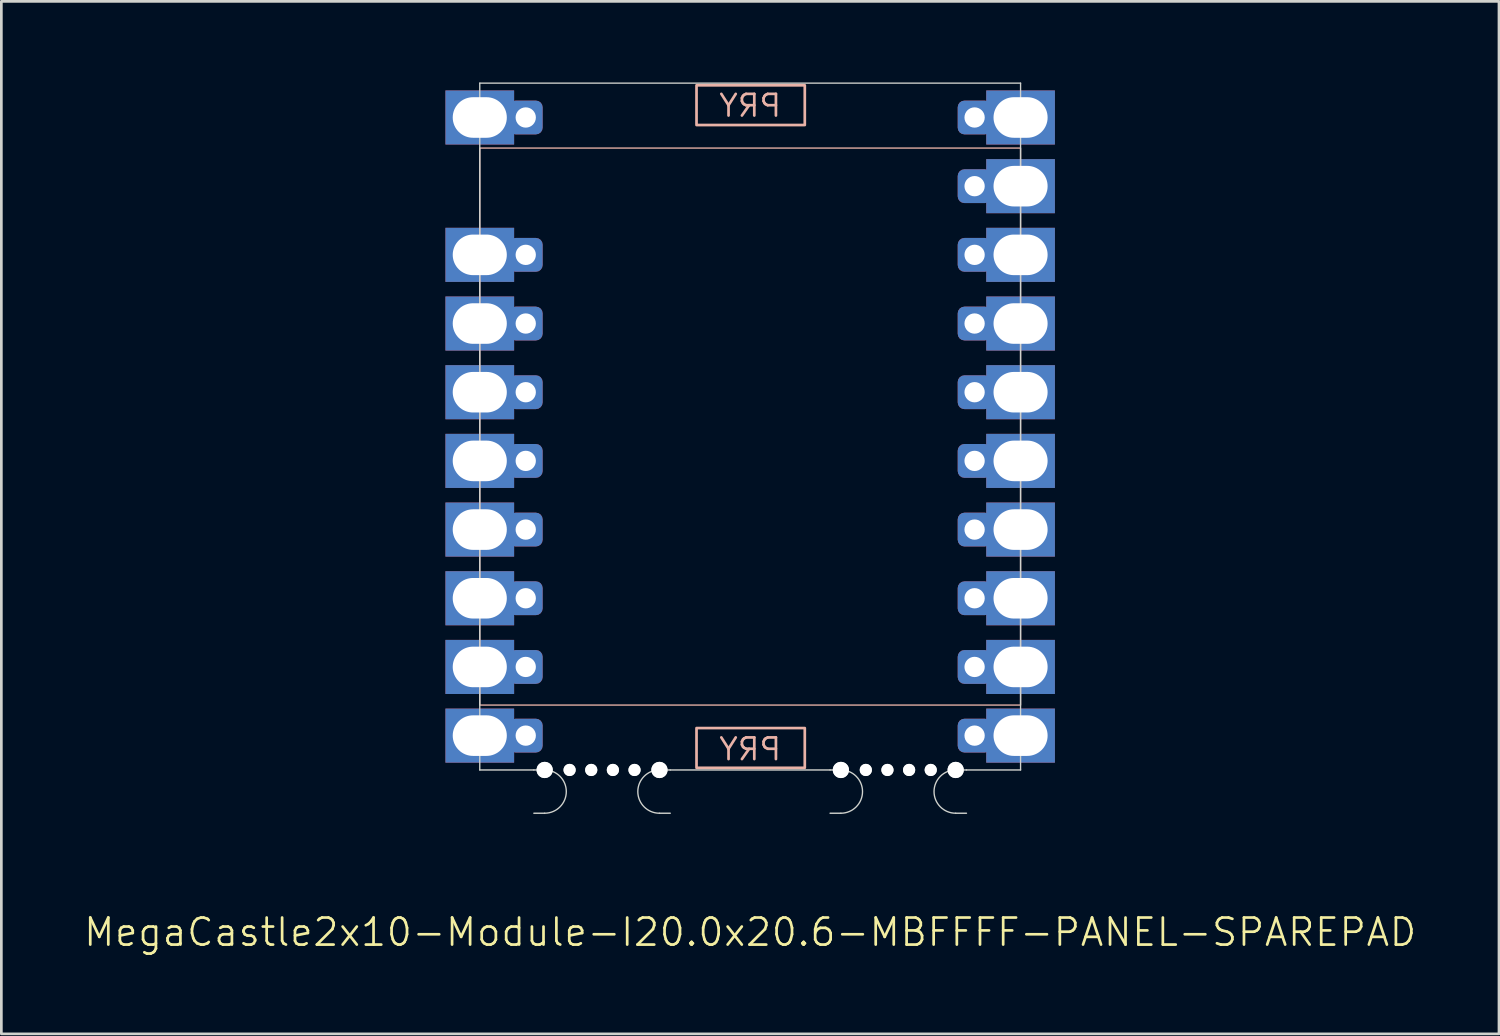
<source format=kicad_pcb>
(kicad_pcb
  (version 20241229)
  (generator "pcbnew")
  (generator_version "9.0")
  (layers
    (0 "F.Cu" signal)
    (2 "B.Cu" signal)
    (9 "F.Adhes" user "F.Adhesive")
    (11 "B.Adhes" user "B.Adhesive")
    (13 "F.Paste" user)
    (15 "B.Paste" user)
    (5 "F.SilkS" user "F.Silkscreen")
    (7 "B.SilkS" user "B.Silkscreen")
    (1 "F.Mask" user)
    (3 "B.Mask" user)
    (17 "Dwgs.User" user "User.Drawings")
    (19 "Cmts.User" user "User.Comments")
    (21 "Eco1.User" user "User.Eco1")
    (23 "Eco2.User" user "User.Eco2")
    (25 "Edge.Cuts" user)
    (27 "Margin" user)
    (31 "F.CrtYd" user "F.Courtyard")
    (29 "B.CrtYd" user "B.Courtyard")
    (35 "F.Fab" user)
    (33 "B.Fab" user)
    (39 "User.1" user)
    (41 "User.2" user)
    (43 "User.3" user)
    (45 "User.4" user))
  (footprint "MegaCastle2x10-Module-I20.0x20.6-MBFFFF-PANEL-SPAREPAD"
    (layer "F.Cu")
    (at 24.693 12.725)
    (property "Reference" "MegaCastle2x10-Module-I20.0x20.6-MBFFFF-PANEL-SPAREPAD" (at 0 18.7 0) (unlocked yes) (layer "F.SilkS") (effects (font (size 1 1) (thickness 0.1))))
    (attr smd)
    (fp_rect (start -10 10.3) (end 10 -10.3) (stroke (width 0.05) (type default)) (fill no) (layer "B.SilkS"))
    (fp_rect (start -1.984 -11.151) (end 2.02 -12.62) (stroke (width 0.1) (type default)) (fill no) (layer "B.SilkS"))
    (fp_rect (start -1.984 11.151) (end 2.02 12.62) (stroke (width 0.1) (type default)) (fill no) (layer "B.SilkS"))
    (fp_line (start -10 -12.7) (end -10 12.7) (stroke (width 0.05) (type default)) (layer "Edge.Cuts"))
    (fp_line (start -10 -12.7) (end 10 -12.7) (stroke (width 0.05) (type default)) (layer "Edge.Cuts"))
    (fp_line (start -10 12.7) (end -8 12.7) (stroke (width 0.05) (type default)) (layer "Edge.Cuts"))
    (fp_line (start -8 12.7) (end -7.6 12.7) (stroke (width 0.05) (type default)) (layer "Edge.Cuts"))
    (fp_line (start -8 14.3) (end -7.6 14.3) (stroke (width 0.05) (type default)) (layer "Edge.Cuts"))
    (fp_line (start -2.955 12.7) (end -3.355 12.7) (stroke (width 0.05) (type default)) (layer "Edge.Cuts"))
    (fp_line (start -2.955 12.7) (end 2.955 12.7) (stroke (width 0.05) (type default)) (layer "Edge.Cuts"))
    (fp_line (start -2.955 14.3) (end -3.355 14.3) (stroke (width 0.05) (type default)) (layer "Edge.Cuts"))
    (fp_line (start 2.955 12.7) (end 3.355 12.7) (stroke (width 0.05) (type default)) (layer "Edge.Cuts"))
    (fp_line (start 2.955 14.3) (end 3.355 14.3) (stroke (width 0.05) (type default)) (layer "Edge.Cuts"))
    (fp_line (start 8 12.7) (end 7.6 12.7) (stroke (width 0.05) (type default)) (layer "Edge.Cuts"))
    (fp_line (start 8 12.7) (end 10 12.7) (stroke (width 0.05) (type default)) (layer "Edge.Cuts"))
    (fp_line (start 8 14.3) (end 7.6 14.3) (stroke (width 0.05) (type default)) (layer "Edge.Cuts"))
    (fp_line (start 10 -12.7) (end 10 12.7) (stroke (width 0.05) (type default)) (layer "Edge.Cuts"))
    (fp_arc (start -7.6 12.7) (mid -6.8 13.5) (end -7.6 14.3) (stroke (width 0.05) (type default)) (layer "Edge.Cuts"))
    (fp_arc (start -3.355 14.3) (mid -4.155 13.5) (end -3.355 12.7) (stroke (width 0.05) (type default)) (layer "Edge.Cuts"))
    (fp_arc (start 3.355 12.7) (mid 4.155 13.5) (end 3.355 14.3) (stroke (width 0.05) (type default)) (layer "Edge.Cuts"))
    (fp_arc (start 7.6 14.3) (mid 6.8 13.5) (end 7.6 12.7) (stroke (width 0.05) (type default)) (layer "Edge.Cuts"))
    (fp_text user "PRY" (at 0 12.4 0) (unlocked yes) (layer "B.SilkS") (effects (font (size 0.8 0.8) (thickness 0.1)) (justify bottom mirror)))
    (fp_text user "PRY" (at 0 -11.4 0) (unlocked yes) (layer "B.SilkS") (effects (font (size 0.8 0.8) (thickness 0.1)) (justify bottom mirror)))
    (pad "" np_thru_hole circle (at -7.6 12.7) (size 0.6 0.6) (drill 0.6) (layers "*.Cu" "Edge.Cuts"))
    (pad "" np_thru_hole circle (at -6.678 12.7) (size 0.45 0.45) (drill 0.45) (layers "*.Cu" "Edge.Cuts"))
    (pad "" np_thru_hole circle (at -5.878 12.7) (size 0.45 0.45) (drill 0.45) (layers "*.Cu" "Edge.Cuts"))
    (pad "" np_thru_hole circle (at -5.077 12.7) (size 0.45 0.45) (drill 0.45) (layers "*.Cu" "Edge.Cuts"))
    (pad "" np_thru_hole circle (at -4.277 12.7) (size 0.45 0.45) (drill 0.45) (layers "*.Cu" "Edge.Cuts"))
    (pad "" np_thru_hole circle (at -3.355 12.7) (size 0.6 0.6) (drill 0.6) (layers "*.Cu" "Edge.Cuts"))
    (pad "" np_thru_hole circle (at 3.355 12.7) (size 0.6 0.6) (drill 0.6) (layers "*.Cu" "Edge.Cuts"))
    (pad "" np_thru_hole circle (at 4.277 12.7) (size 0.45 0.45) (drill 0.45) (layers "*.Cu" "Edge.Cuts"))
    (pad "" np_thru_hole circle (at 5.077 12.7) (size 0.45 0.45) (drill 0.45) (layers "*.Cu" "Edge.Cuts"))
    (pad "" np_thru_hole circle (at 5.878 12.7) (size 0.45 0.45) (drill 0.45) (layers "*.Cu" "Edge.Cuts"))
    (pad "" np_thru_hole circle (at 6.678 12.7) (size 0.45 0.45) (drill 0.45) (layers "*.Cu" "Edge.Cuts"))
    (pad "" np_thru_hole circle (at 7.6 12.7) (size 0.6 0.6) (drill 0.6) (layers "*.Cu" "Edge.Cuts"))
    (pad "1" thru_hole rect (at -10 -11.43) (size 2.54 2) (drill oval 2 1.5) (property pad_prop_castellated) (layers "*.Cu" "*.Mask"))
    (pad "1" thru_hole roundrect (at -8.3 -11.43 180) (size 1.25 1.25) (drill 0.75) (layers "*.Cu" "*.Mask") (roundrect_rratio 0.2))
    (pad "3" thru_hole rect (at -10 -6.35) (size 2.54 2) (drill oval 2 1.5) (property pad_prop_castellated) (layers "*.Cu" "*.Mask"))
    (pad "3" thru_hole roundrect (at -8.3 -6.35 180) (size 1.25 1.25) (drill 0.75) (layers "*.Cu" "*.Mask") (roundrect_rratio 0.2))
    (pad "4" thru_hole rect (at -10 -3.81) (size 2.54 2) (drill oval 2 1.5) (property pad_prop_castellated) (layers "*.Cu" "*.Mask"))
    (pad "4" thru_hole roundrect (at -8.3 -3.81 180) (size 1.25 1.25) (drill 0.75) (layers "*.Cu" "*.Mask") (roundrect_rratio 0.2))
    (pad "5" thru_hole rect (at -10 -1.27) (size 2.54 2) (drill oval 2 1.5) (property pad_prop_castellated) (layers "*.Cu" "*.Mask"))
    (pad "5" thru_hole roundrect (at -8.3 -1.27 180) (size 1.25 1.25) (drill 0.75) (layers "*.Cu" "*.Mask") (roundrect_rratio 0.2))
    (pad "6" thru_hole rect (at -10 1.27) (size 2.54 2) (drill oval 2 1.5) (property pad_prop_castellated) (layers "*.Cu" "*.Mask"))
    (pad "6" thru_hole roundrect (at -8.3 1.27 180) (size 1.25 1.25) (drill 0.75) (layers "*.Cu" "*.Mask") (roundrect_rratio 0.2))
    (pad "7" thru_hole rect (at -10 3.81) (size 2.54 2) (drill oval 2 1.5) (property pad_prop_castellated) (layers "*.Cu" "*.Mask"))
    (pad "7" thru_hole roundrect (at -8.3 3.81 180) (size 1.25 1.25) (drill 0.75) (layers "*.Cu" "*.Mask") (roundrect_rratio 0.2))
    (pad "8" thru_hole rect (at -10 6.35) (size 2.54 2) (drill oval 2 1.5) (property pad_prop_castellated) (layers "*.Cu" "*.Mask"))
    (pad "8" thru_hole roundrect (at -8.3 6.35 180) (size 1.25 1.25) (drill 0.75) (layers "*.Cu" "*.Mask") (roundrect_rratio 0.2))
    (pad "9" thru_hole rect (at -10 8.89) (size 2.54 2) (drill oval 2 1.5) (property pad_prop_castellated) (layers "*.Cu" "*.Mask"))
    (pad "9" thru_hole roundrect (at -8.3 8.89 180) (size 1.25 1.25) (drill 0.75) (layers "*.Cu" "*.Mask") (roundrect_rratio 0.2))
    (pad "10" thru_hole rect (at -10 11.43) (size 2.54 2) (drill oval 2 1.5) (property pad_prop_castellated) (layers "*.Cu" "*.Mask"))
    (pad "10" thru_hole roundrect (at -8.3 11.43 180) (size 1.25 1.25) (drill 0.75) (layers "*.Cu" "*.Mask") (roundrect_rratio 0.2))
    (pad "11" thru_hole roundrect (at 8.3 -11.43 180) (size 1.25 1.25) (drill 0.75) (layers "*.Cu" "*.Mask") (roundrect_rratio 0.2))
    (pad "11" thru_hole rect (at 10 -11.43) (size 2.54 2) (drill oval 2 1.5) (property pad_prop_castellated) (layers "*.Cu" "*.Mask"))
    (pad "12" thru_hole roundrect (at 8.3 -8.89 180) (size 1.25 1.25) (drill 0.75) (layers "*.Cu" "*.Mask") (roundrect_rratio 0.2))
    (pad "12" thru_hole rect (at 10 -8.89) (size 2.54 2) (drill oval 2 1.5) (property pad_prop_castellated) (layers "*.Cu" "*.Mask"))
    (pad "13" thru_hole roundrect (at 8.3 -6.35 180) (size 1.25 1.25) (drill 0.75) (layers "*.Cu" "*.Mask") (roundrect_rratio 0.2))
    (pad "13" thru_hole rect (at 10 -6.35) (size 2.54 2) (drill oval 2 1.5) (property pad_prop_castellated) (layers "*.Cu" "*.Mask"))
    (pad "14" thru_hole roundrect (at 8.3 -3.81 180) (size 1.25 1.25) (drill 0.75) (layers "*.Cu" "*.Mask") (roundrect_rratio 0.2))
    (pad "14" thru_hole rect (at 10 -3.81) (size 2.54 2) (drill oval 2 1.5) (property pad_prop_castellated) (layers "*.Cu" "*.Mask"))
    (pad "15" thru_hole roundrect (at 8.3 -1.27 180) (size 1.25 1.25) (drill 0.75) (layers "*.Cu" "*.Mask") (roundrect_rratio 0.2))
    (pad "15" thru_hole rect (at 10 -1.27) (size 2.54 2) (drill oval 2 1.5) (property pad_prop_castellated) (layers "*.Cu" "*.Mask"))
    (pad "16" thru_hole roundrect (at 8.3 1.27 180) (size 1.25 1.25) (drill 0.75) (layers "*.Cu" "*.Mask") (roundrect_rratio 0.2))
    (pad "16" thru_hole rect (at 10 1.27) (size 2.54 2) (drill oval 2 1.5) (property pad_prop_castellated) (layers "*.Cu" "*.Mask"))
    (pad "17" thru_hole roundrect (at 8.3 3.81 180) (size 1.25 1.25) (drill 0.75) (layers "*.Cu" "*.Mask") (roundrect_rratio 0.2))
    (pad "17" thru_hole rect (at 10 3.81) (size 2.54 2) (drill oval 2 1.5) (property pad_prop_castellated) (layers "*.Cu" "*.Mask"))
    (pad "18" thru_hole roundrect (at 8.3 6.35 180) (size 1.25 1.25) (drill 0.75) (layers "*.Cu" "*.Mask") (roundrect_rratio 0.2))
    (pad "18" thru_hole rect (at 10 6.35) (size 2.54 2) (drill oval 2 1.5) (property pad_prop_castellated) (layers "*.Cu" "*.Mask"))
    (pad "19" thru_hole roundrect (at 8.3 8.89 180) (size 1.25 1.25) (drill 0.75) (layers "*.Cu" "*.Mask") (roundrect_rratio 0.2))
    (pad "19" thru_hole rect (at 10 8.89) (size 2.54 2) (drill oval 2 1.5) (property pad_prop_castellated) (layers "*.Cu" "*.Mask"))
    (pad "20" thru_hole roundrect (at 8.3 11.43 180) (size 1.25 1.25) (drill 0.75) (layers "*.Cu" "*.Mask") (roundrect_rratio 0.2))
    (pad "20" thru_hole rect (at 10 11.43) (size 2.54 2) (drill oval 2 1.5) (property pad_prop_castellated) (layers "*.Cu" "*.Mask"))
    (zone (net_name "") (layer "B.Cu") (hatch edge 0.5) (connect_pads) (min_thickness 0.25) (filled_areas_thickness no) (keepout (tracks allowed) (vias allowed) (pads allowed) (copperpour allowed) (footprints not_allowed)) (placement (enabled no)) (fill) (polygon (pts (xy 14.693 25.425) (xy 14.693 0.025))))
    (zone (net_name "") (layer "B.Cu") (hatch edge 0.5) (connect_pads) (min_thickness 0.25) (filled_areas_thickness no) (keepout (tracks allowed) (vias allowed) (pads allowed) (copperpour allowed) (footprints not_allowed)) (placement (enabled no)) (fill) (polygon (pts (xy 34.693 25.425) (xy 34.693 0.025))))
    (zone (net_name "") (layer "B.Cu") (hatch edge 0.5) (connect_pads) (min_thickness 0.25) (filled_areas_thickness no) (keepout (tracks allowed) (vias allowed) (pads allowed) (copperpour allowed) (footprints not_allowed)) (placement (enabled no)) (fill) (polygon (pts (xy 14.693 0.025) (xy 14.693 2.425) (xy 34.693 2.425) (xy 34.693 0.025))))
    (zone (net_name "") (layer "B.Cu") (hatch edge 0.5) (connect_pads) (min_thickness 0.25) (filled_areas_thickness no) (keepout (tracks allowed) (vias allowed) (pads allowed) (copperpour allowed) (footprints not_allowed)) (placement (enabled no)) (fill) (polygon (pts (xy 14.693 25.425) (xy 14.693 23.025) (xy 34.693 23.025) (xy 34.693 25.425))))
    (zone (net_name "") (layer "B.Cu") (name "Upper Pry Zone") (hatch edge 0.5) (connect_pads) (min_thickness 0.25) (filled_areas_thickness no) (keepout (tracks not_allowed) (vias not_allowed) (pads not_allowed) (copperpour allowed) (footprints not_allowed)) (placement (enabled no)) (fill) (polygon (pts (xy 22.709 1.574) (xy 22.709 0.105) (xy 26.712 0.105) (xy 26.712 1.574))))
    (zone (net_name "") (layer "B.Cu") (name "Upper Pry Zone") (hatch edge 0.5) (connect_pads) (min_thickness 0.25) (filled_areas_thickness no) (keepout (tracks not_allowed) (vias not_allowed) (pads not_allowed) (copperpour allowed) (footprints not_allowed)) (placement (enabled no)) (fill) (polygon (pts (xy 22.709 23.876) (xy 22.709 25.345) (xy 26.712 25.345) (xy 26.712 23.876)))))
  (gr_rect
    (start -3 -3)
    (end 52.386 35.185)
    (stroke (width 0.1) (type default))
    (fill no)
    (layer "Edge.Cuts")))
</source>
